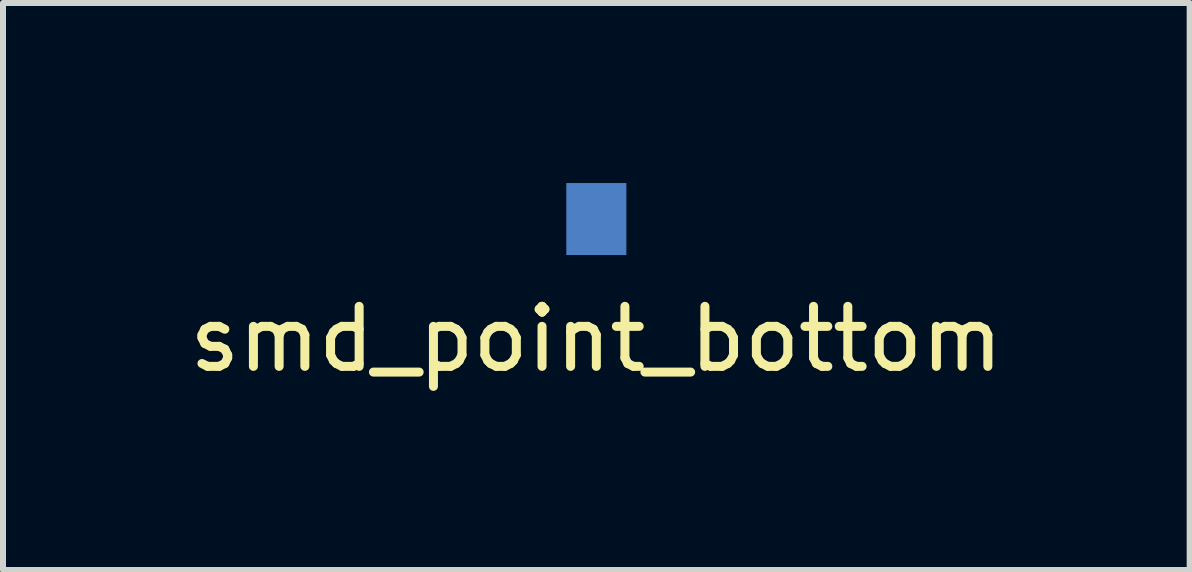
<source format=kicad_pcb>
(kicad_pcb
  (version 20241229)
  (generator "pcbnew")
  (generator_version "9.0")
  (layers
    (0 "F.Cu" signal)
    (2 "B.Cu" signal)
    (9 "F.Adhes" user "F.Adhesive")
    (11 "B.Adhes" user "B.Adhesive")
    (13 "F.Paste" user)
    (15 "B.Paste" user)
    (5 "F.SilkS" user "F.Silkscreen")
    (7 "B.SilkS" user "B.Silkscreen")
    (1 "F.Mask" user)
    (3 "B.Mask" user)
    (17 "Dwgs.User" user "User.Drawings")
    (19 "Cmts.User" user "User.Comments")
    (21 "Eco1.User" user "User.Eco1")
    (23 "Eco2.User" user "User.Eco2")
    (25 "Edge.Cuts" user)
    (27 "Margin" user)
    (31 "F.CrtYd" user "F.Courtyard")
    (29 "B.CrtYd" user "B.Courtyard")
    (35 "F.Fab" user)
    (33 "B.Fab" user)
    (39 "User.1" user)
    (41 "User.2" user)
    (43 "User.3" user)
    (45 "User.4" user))
  (footprint "smd_point_bottom"
    (layer "F.Cu")
    (at 6.887 0.6)
    (property "Reference" "smd_point_bottom" (at 0 2 0) (layer "F.SilkS") (effects (font (size 1 1) (thickness 0.15))))
    (attr through_hole)
    (pad "1" smd rect (at 0 0) (size 1 1.2) (layers "B.Cu" "B.Mask" "B.Paste")))
  (gr_rect
    (start -3 -3)
    (end 16.774 6.448)
    (stroke (width 0.1) (type default))
    (fill no)
    (layer "Edge.Cuts")))
</source>
